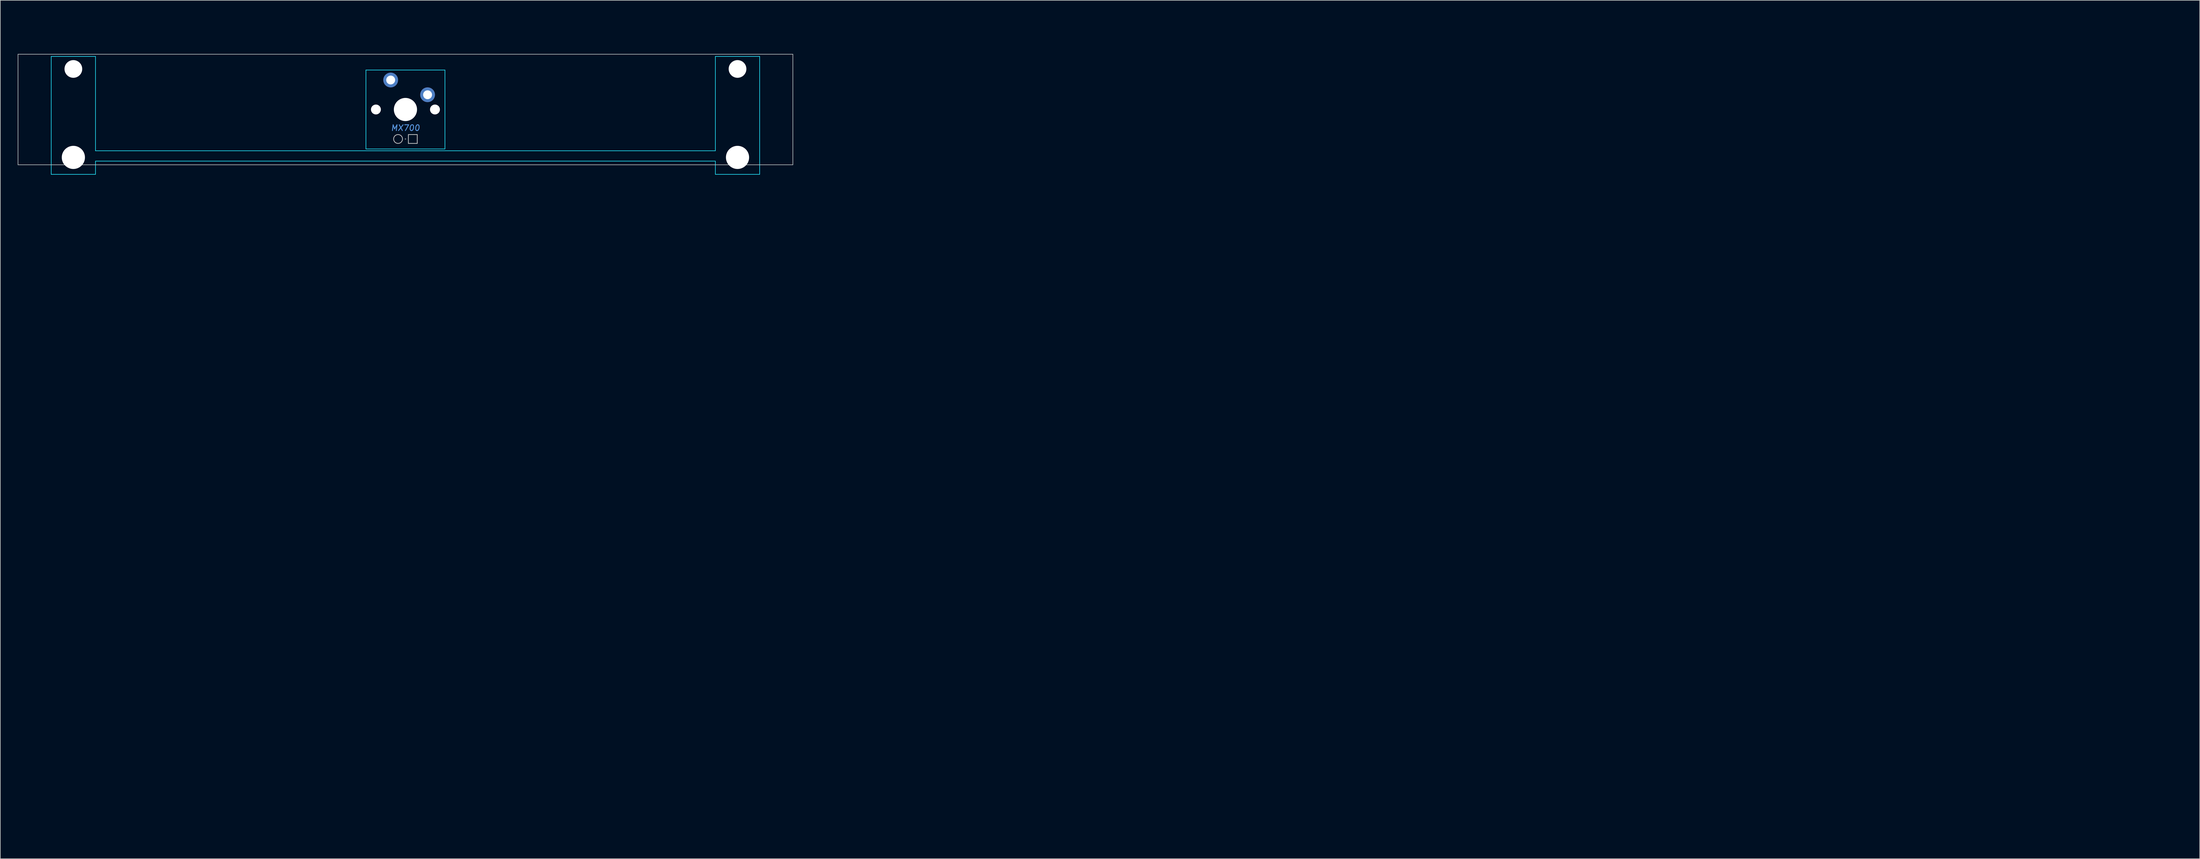
<source format=kicad_pcb>
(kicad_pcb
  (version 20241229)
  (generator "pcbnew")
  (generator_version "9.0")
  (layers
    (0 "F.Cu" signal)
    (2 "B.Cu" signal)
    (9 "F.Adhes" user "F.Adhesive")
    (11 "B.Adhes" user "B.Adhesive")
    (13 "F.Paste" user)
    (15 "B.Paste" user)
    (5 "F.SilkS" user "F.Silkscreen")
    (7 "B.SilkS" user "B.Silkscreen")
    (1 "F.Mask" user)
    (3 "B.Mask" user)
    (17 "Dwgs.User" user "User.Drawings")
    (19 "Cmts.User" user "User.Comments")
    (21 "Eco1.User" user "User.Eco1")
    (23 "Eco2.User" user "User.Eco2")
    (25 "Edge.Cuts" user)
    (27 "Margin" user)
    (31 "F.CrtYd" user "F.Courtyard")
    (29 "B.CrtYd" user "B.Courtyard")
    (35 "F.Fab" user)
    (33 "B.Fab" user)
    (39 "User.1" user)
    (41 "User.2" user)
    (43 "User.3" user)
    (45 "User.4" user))
  (footprint "MX700"
    (layer "F.Cu")
    (at 66.725 15.815)
    (property "Reference" "MX700" (at 0 3.175 0) (layer "Cmts.User") (effects (font (size 1 1) (thickness 0.15) (italic yes))))
    (attr through_hole)
    (fp_line (start -66.675 -9.525) (end -66.675 9.525) (stroke (width 0.1) (type solid)) (layer "Dwgs.User"))
    (fp_line (start -66.675 -9.525) (end 66.675 -9.525) (stroke (width 0.1) (type solid)) (layer "Dwgs.User"))
    (fp_line (start -66.675 9.525) (end 66.675 9.525) (stroke (width 0.1) (type solid)) (layer "Dwgs.User"))
    (fp_line (start -0.127 5.08) (end 0.127 5.08) (stroke (width 0.051) (type solid)) (layer "Dwgs.User"))
    (fp_line (start 0 4.953) (end 0 5.207) (stroke (width 0.051) (type solid)) (layer "Dwgs.User"))
    (fp_line (start 0.508 4.318) (end 0.508 5.842) (stroke (width 0.127) (type solid)) (layer "Dwgs.User"))
    (fp_line (start 0.508 4.318) (end 2.032 4.318) (stroke (width 0.127) (type solid)) (layer "Dwgs.User"))
    (fp_line (start 0.508 5.842) (end 2.032 5.842) (stroke (width 0.127) (type solid)) (layer "Dwgs.User"))
    (fp_line (start 2.032 5.842) (end 2.032 4.318) (stroke (width 0.127) (type solid)) (layer "Dwgs.User"))
    (fp_line (start 66.675 -9.525) (end 66.675 9.525) (stroke (width 0.1) (type solid)) (layer "Dwgs.User"))
    (fp_circle (center -1.27 5.08) (end -0.508 5.08) (stroke (width 0.127) (type solid)) (fill no) (layer "Dwgs.User"))
    (fp_line (start -61.341 -3.303) (end -60.325 -3.303) (stroke (width 0.1) (type solid)) (layer "Eco1.User"))
    (fp_line (start -61.341 -0.509) (end -61.341 -3.303) (stroke (width 0.1) (type solid)) (layer "Eco1.User"))
    (fp_line (start -60.325 -3.303) (end -60.325 -5.69) (stroke (width 0.1) (type solid)) (layer "Eco1.User"))
    (fp_line (start -60.325 -0.509) (end -61.341 -0.509) (stroke (width 0.1) (type solid)) (layer "Eco1.User"))
    (fp_line (start -60.325 -5.69) (end -53.67 -5.69) (stroke (width 0.1) (type solid)) (layer "Eco1.User"))
    (fp_line (start -60.325 6.603) (end -60.325 -0.509) (stroke (width 0.1) (type solid)) (layer "Eco1.User"))
    (fp_line (start -58.521 6.603) (end -60.325 6.603) (stroke (width 0.1) (type solid)) (layer "Eco1.User"))
    (fp_line (start -58.521 7.772) (end -58.521 6.603) (stroke (width 0.1) (type solid)) (layer "Eco1.User"))
    (fp_line (start -55.473 6.603) (end -55.473 7.772) (stroke (width 0.1) (type solid)) (layer "Eco1.User"))
    (fp_line (start -55.473 7.772) (end -58.521 7.772) (stroke (width 0.1) (type solid)) (layer "Eco1.User"))
    (fp_line (start -53.67 -5.69) (end -53.67 -2.286) (stroke (width 0.1) (type solid)) (layer "Eco1.User"))
    (fp_line (start -53.67 -2.286) (end -6.985 -2.286) (stroke (width 0.1) (type solid)) (layer "Eco1.User"))
    (fp_line (start -53.67 2.286) (end -53.67 6.603) (stroke (width 0.1) (type solid)) (layer "Eco1.User"))
    (fp_line (start -53.67 6.603) (end -55.473 6.603) (stroke (width 0.1) (type solid)) (layer "Eco1.User"))
    (fp_line (start -7 -7) (end 7 -7) (stroke (width 0.1) (type solid)) (layer "Eco1.User"))
    (fp_line (start -7 7) (end -6.985 2.286) (stroke (width 0.1) (type solid)) (layer "Eco1.User"))
    (fp_line (start -6.985 -2.286) (end -7 -7) (stroke (width 0.1) (type solid)) (layer "Eco1.User"))
    (fp_line (start -6.985 2.286) (end -53.67 2.286) (stroke (width 0.1) (type solid)) (layer "Eco1.User"))
    (fp_line (start 0 -15.765) (end 0 -15.765) (stroke (width 0.1) (type solid)) (layer "Eco1.User"))
    (fp_line (start 0 -15.765) (end 0 -15.765) (stroke (width 0.1) (type solid)) (layer "Eco1.User"))
    (fp_line (start 0 -15.765) (end 0 -15.765) (stroke (width 0.1) (type solid)) (layer "Eco1.User"))
    (fp_line (start 0 -0.941) (end 0.000056 0.941) (stroke (width 0.1) (type solid)) (layer "Eco1.User"))
    (fp_line (start 0.941 -0.000054) (end -0.941 0.000002) (stroke (width 0.1) (type solid)) (layer "Eco1.User"))
    (fp_line (start 6.985 -2.286) (end 53.67 -2.286) (stroke (width 0.1) (type solid)) (layer "Eco1.User"))
    (fp_line (start 6.985 6.985) (end -7 7) (stroke (width 0.1) (type solid)) (layer "Eco1.User"))
    (fp_line (start 6.985 2.286) (end 6.985 6.985) (stroke (width 0.1) (type solid)) (layer "Eco1.User"))
    (fp_line (start 7 -7) (end 6.985 -2.286) (stroke (width 0.1) (type solid)) (layer "Eco1.User"))
    (fp_line (start 53.67 -2.286) (end 53.67 -5.69) (stroke (width 0.1) (type solid)) (layer "Eco1.User"))
    (fp_line (start 53.67 6.603) (end 53.67 2.286) (stroke (width 0.1) (type solid)) (layer "Eco1.User"))
    (fp_line (start 53.67 -5.69) (end 60.325 -5.69) (stroke (width 0.1) (type solid)) (layer "Eco1.User"))
    (fp_line (start 53.67 2.286) (end 6.985 2.286) (stroke (width 0.1) (type solid)) (layer "Eco1.User"))
    (fp_line (start 55.474 6.603) (end 53.67 6.603) (stroke (width 0.1) (type solid)) (layer "Eco1.User"))
    (fp_line (start 55.474 7.772) (end 55.474 6.603) (stroke (width 0.1) (type solid)) (layer "Eco1.User"))
    (fp_line (start 58.522 6.603) (end 58.522 7.772) (stroke (width 0.1) (type solid)) (layer "Eco1.User"))
    (fp_line (start 58.522 7.772) (end 55.474 7.772) (stroke (width 0.1) (type solid)) (layer "Eco1.User"))
    (fp_line (start 60.325 -5.69) (end 60.325 -3.303) (stroke (width 0.1) (type solid)) (layer "Eco1.User"))
    (fp_line (start 60.325 6.603) (end 58.522 6.603) (stroke (width 0.1) (type solid)) (layer "Eco1.User"))
    (fp_line (start 60.325 -3.303) (end 61.341 -3.303) (stroke (width 0.1) (type solid)) (layer "Eco1.User"))
    (fp_line (start 60.325 -0.509) (end 60.325 6.603) (stroke (width 0.1) (type solid)) (layer "Eco1.User"))
    (fp_line (start 61.341 -3.303) (end 61.341 -0.509) (stroke (width 0.1) (type solid)) (layer "Eco1.User"))
    (fp_line (start 61.341 -0.509) (end 60.325 -0.509) (stroke (width 0.1) (type solid)) (layer "Eco1.User"))
    (fp_line (start 304.8 124.154) (end 304.8 126.036) (stroke (width 0.1) (type solid)) (layer "Eco1.User"))
    (fp_line (start 305.741 125.095) (end 303.859 125.095) (stroke (width 0.1) (type solid)) (layer "Eco1.User"))
    (fp_line (start -60.96 -9.144) (end -60.96 11.176) (stroke (width 0.1) (type solid)) (layer "B.CrtYd"))
    (fp_line (start -60.96 -9.144) (end -53.34 -9.144) (stroke (width 0.1) (type solid)) (layer "B.CrtYd"))
    (fp_line (start -60.96 11.176) (end -53.34 11.176) (stroke (width 0.1) (type solid)) (layer "B.CrtYd"))
    (fp_line (start -53.34 7.112) (end -53.34 -9.144) (stroke (width 0.1) (type solid)) (layer "B.CrtYd"))
    (fp_line (start -53.34 7.112) (end 53.34 7.112) (stroke (width 0.1) (type solid)) (layer "B.CrtYd"))
    (fp_line (start -53.34 8.89) (end -53.34 11.176) (stroke (width 0.1) (type solid)) (layer "B.CrtYd"))
    (fp_line (start -53.34 8.89) (end 53.34 8.89) (stroke (width 0.1) (type solid)) (layer "B.CrtYd"))
    (fp_line (start -6.8 -6.8) (end -6.8 6.8) (stroke (width 0.1) (type solid)) (layer "B.CrtYd"))
    (fp_line (start -6.8 -6.8) (end 6.8 -6.8) (stroke (width 0.1) (type solid)) (layer "B.CrtYd"))
    (fp_line (start -6.8 6.8) (end 6.8 6.8) (stroke (width 0.1) (type solid)) (layer "B.CrtYd"))
    (fp_line (start 6.8 6.8) (end 6.8 -6.8) (stroke (width 0.1) (type solid)) (layer "B.CrtYd"))
    (fp_line (start 53.34 -9.144) (end 60.96 -9.144) (stroke (width 0.1) (type solid)) (layer "B.CrtYd"))
    (fp_line (start 53.34 7.112) (end 53.34 -9.144) (stroke (width 0.1) (type solid)) (layer "B.CrtYd"))
    (fp_line (start 53.34 8.89) (end 53.34 11.176) (stroke (width 0.1) (type solid)) (layer "B.CrtYd"))
    (fp_line (start 53.34 11.176) (end 60.96 11.176) (stroke (width 0.1) (type solid)) (layer "B.CrtYd"))
    (fp_line (start 60.96 -9.144) (end 60.96 11.176) (stroke (width 0.1) (type solid)) (layer "B.CrtYd"))
    (pad "" np_thru_hole circle (at -57.15 -6.985 180) (size 3.048 3.048) (drill 3.048) (layers "*.Cu" "*.Mask"))
    (pad "" np_thru_hole circle (at -57.15 8.255 180) (size 3.988 3.988) (drill 3.988) (layers "*.Cu" "*.Mask"))
    (pad "" np_thru_hole circle (at -5.08 0) (size 1.702 1.702) (drill 1.702) (layers "*.Cu" "*.Mask"))
    (pad "" np_thru_hole circle (at 0 0) (size 3.988 3.988) (drill 3.988) (layers "*.Cu" "*.Mask"))
    (pad "" np_thru_hole circle (at 5.08 0) (size 1.702 1.702) (drill 1.702) (layers "*.Cu" "*.Mask"))
    (pad "" np_thru_hole circle (at 57.15 -6.985 180) (size 3.048 3.048) (drill 3.048) (layers "*.Cu" "*.Mask"))
    (pad "" np_thru_hole circle (at 57.15 8.255 180) (size 3.988 3.988) (drill 3.988) (layers "*.Cu" "*.Mask"))
    (pad "1" thru_hole circle (at -2.54 -5.08) (size 2.54 2.54) (drill 1.524) (layers "*.Cu" "*.Mask"))
    (pad "2" thru_hole circle (at 3.81 -2.54) (size 2.54 2.54) (drill 1.524) (layers "*.Cu" "*.Mask")))
  (gr_rect
    (start -3 -3)
    (end 375.516 144.901)
    (stroke (width 0.1) (type default))
    (fill no)
    (layer "Edge.Cuts")))
</source>
